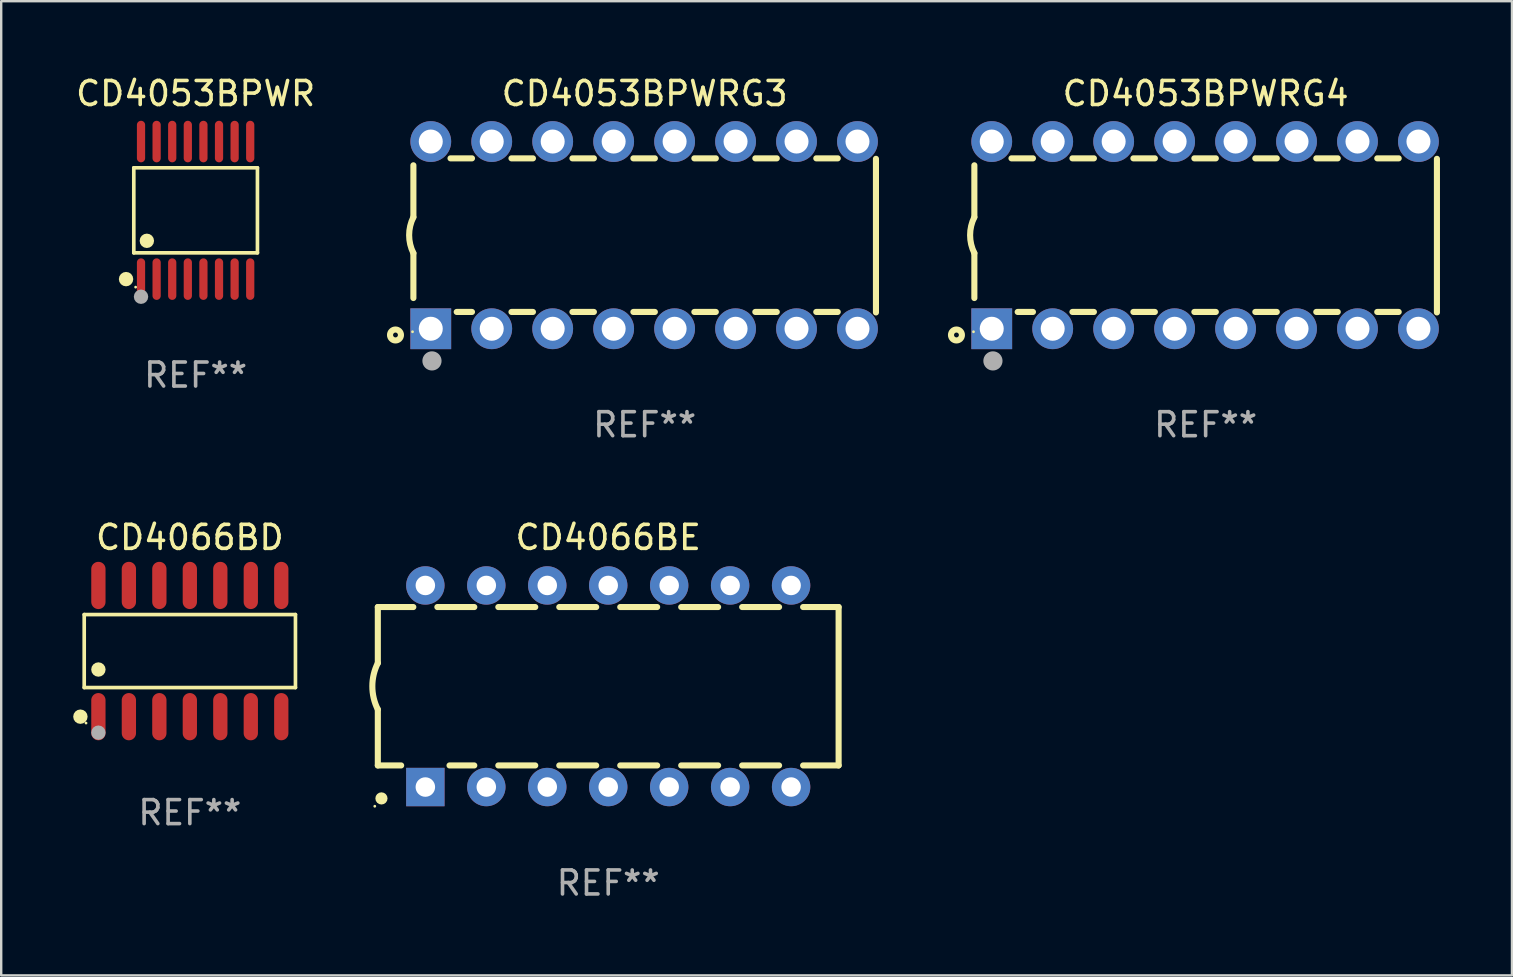
<source format=kicad_pcb>
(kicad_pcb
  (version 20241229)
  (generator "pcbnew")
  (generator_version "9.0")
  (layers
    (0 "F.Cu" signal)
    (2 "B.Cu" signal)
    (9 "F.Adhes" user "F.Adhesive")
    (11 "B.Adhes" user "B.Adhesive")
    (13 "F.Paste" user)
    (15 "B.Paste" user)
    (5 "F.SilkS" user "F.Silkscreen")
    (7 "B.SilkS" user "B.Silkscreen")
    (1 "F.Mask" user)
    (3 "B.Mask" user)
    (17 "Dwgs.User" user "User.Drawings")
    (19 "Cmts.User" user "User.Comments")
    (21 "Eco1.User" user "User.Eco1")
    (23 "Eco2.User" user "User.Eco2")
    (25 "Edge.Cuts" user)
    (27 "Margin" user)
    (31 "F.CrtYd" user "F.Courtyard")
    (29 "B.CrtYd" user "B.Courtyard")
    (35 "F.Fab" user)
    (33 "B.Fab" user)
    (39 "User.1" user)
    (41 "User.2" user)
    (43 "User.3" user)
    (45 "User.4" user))
  (footprint "CD4066BD"
    (layer "F.Cu")
    (at 4.86 24.078)
    (property "Reference" "CD4066BD" (at 0 -4.734 0) (layer "F.SilkS") (effects (font (size 1 1) (thickness 0.15))))
    (attr through_hole)
    (fp_line (start -4.401 -1.521) (end 4.401 -1.521) (stroke (width 0.152) (type solid)) (layer "F.SilkS"))
    (fp_line (start -4.401 1.521) (end -4.401 -1.521) (stroke (width 0.152) (type solid)) (layer "F.SilkS"))
    (fp_line (start 4.401 -1.521) (end 4.401 1.521) (stroke (width 0.152) (type solid)) (layer "F.SilkS"))
    (fp_line (start 4.401 1.521) (end -4.401 1.521) (stroke (width 0.152) (type solid)) (layer "F.SilkS"))
    (fp_circle (center -4.56 2.734) (end -4.41 2.734) (stroke (width 0.3) (type solid)) (fill no) (layer "F.SilkS"))
    (fp_circle (center -4.325 3) (end -4.295 3) (stroke (width 0.06) (type solid)) (fill no) (layer "F.SilkS"))
    (fp_circle (center -3.81 0.769) (end -3.66 0.769) (stroke (width 0.3) (type solid)) (fill no) (layer "F.SilkS"))
    (fp_circle (center -3.81 3.4) (end -3.66 3.4) (stroke (width 0.3) (type solid)) (fill no) (layer "F.Fab"))
    (fp_text user "REF**" (at 0 6.734 0) (layer "F.Fab") (effects (font (size 1 1) (thickness 0.15))))
    (pad "1" smd oval (at -3.81 2.734) (size 0.595 1.968) (layers "F.Cu" "F.Mask" "F.Paste"))
    (pad "2" smd oval (at -2.54 2.734) (size 0.595 1.968) (layers "F.Cu" "F.Mask" "F.Paste"))
    (pad "3" smd oval (at -1.27 2.734) (size 0.595 1.968) (layers "F.Cu" "F.Mask" "F.Paste"))
    (pad "4" smd oval (at 0 2.734) (size 0.595 1.968) (layers "F.Cu" "F.Mask" "F.Paste"))
    (pad "5" smd oval (at 1.27 2.734) (size 0.595 1.968) (layers "F.Cu" "F.Mask" "F.Paste"))
    (pad "6" smd oval (at 2.54 2.734) (size 0.595 1.968) (layers "F.Cu" "F.Mask" "F.Paste"))
    (pad "7" smd oval (at 3.81 2.734) (size 0.595 1.968) (layers "F.Cu" "F.Mask" "F.Paste"))
    (pad "8" smd oval (at 3.81 -2.734) (size 0.595 1.968) (layers "F.Cu" "F.Mask" "F.Paste"))
    (pad "9" smd oval (at 2.54 -2.734) (size 0.595 1.968) (layers "F.Cu" "F.Mask" "F.Paste"))
    (pad "10" smd oval (at 1.27 -2.734) (size 0.595 1.968) (layers "F.Cu" "F.Mask" "F.Paste"))
    (pad "11" smd oval (at 0 -2.734) (size 0.595 1.968) (layers "F.Cu" "F.Mask" "F.Paste"))
    (pad "12" smd oval (at -1.27 -2.734) (size 0.595 1.968) (layers "F.Cu" "F.Mask" "F.Paste"))
    (pad "13" smd oval (at -2.54 -2.734) (size 0.595 1.968) (layers "F.Cu" "F.Mask" "F.Paste"))
    (pad "14" smd oval (at -3.81 -2.734) (size 0.595 1.968) (layers "F.Cu" "F.Mask" "F.Paste")))
  (footprint "CD4053BPWRG4"
    (layer "F.Cu")
    (at 47.186 6.748)
    (property "Reference" "CD4053BPWRG4" (at 0 -5.9 0) (layer "F.SilkS") (effects (font (size 1 1) (thickness 0.15))))
    (attr through_hole)
    (fp_line (start -9.637 -0.749) (end -9.637 -2.91) (stroke (width 0.254) (type solid)) (layer "F.SilkS"))
    (fp_line (start -9.637 0.749) (end -9.637 2.62) (stroke (width 0.254) (type solid)) (layer "F.SilkS"))
    (fp_line (start -8.09 -3.2) (end -7.196 -3.2) (stroke (width 0.254) (type solid)) (layer "F.SilkS"))
    (fp_line (start -7.832 3.2) (end -7.196 3.2) (stroke (width 0.254) (type solid)) (layer "F.SilkS"))
    (fp_line (start -5.55 3.2) (end -4.656 3.2) (stroke (width 0.254) (type solid)) (layer "F.SilkS"))
    (fp_line (start -5.55 -3.2) (end -4.656 -3.2) (stroke (width 0.254) (type solid)) (layer "F.SilkS"))
    (fp_line (start -3.01 3.2) (end -2.116 3.2) (stroke (width 0.254) (type solid)) (layer "F.SilkS"))
    (fp_line (start -3.01 -3.2) (end -2.116 -3.2) (stroke (width 0.254) (type solid)) (layer "F.SilkS"))
    (fp_line (start -0.47 3.2) (end 0.424 3.2) (stroke (width 0.254) (type solid)) (layer "F.SilkS"))
    (fp_line (start -0.47 -3.2) (end 0.424 -3.2) (stroke (width 0.254) (type solid)) (layer "F.SilkS"))
    (fp_line (start 2.07 3.2) (end 2.964 3.2) (stroke (width 0.254) (type solid)) (layer "F.SilkS"))
    (fp_line (start 2.07 -3.2) (end 2.964 -3.2) (stroke (width 0.254) (type solid)) (layer "F.SilkS"))
    (fp_line (start 4.61 3.2) (end 5.504 3.2) (stroke (width 0.254) (type solid)) (layer "F.SilkS"))
    (fp_line (start 4.611 -3.2) (end 5.504 -3.2) (stroke (width 0.254) (type solid)) (layer "F.SilkS"))
    (fp_line (start 7.15 3.2) (end 8.044 3.2) (stroke (width 0.254) (type solid)) (layer "F.SilkS"))
    (fp_line (start 7.151 -3.2) (end 8.044 -3.2) (stroke (width 0.254) (type solid)) (layer "F.SilkS"))
    (fp_line (start 9.637 -3.18) (end 9.637 3.22) (stroke (width 0.254) (type solid)) (layer "F.SilkS"))
    (fp_arc (start -9.637326 0.749403) (mid -9.814244 0.000003) (end -9.637351 -0.749403) (stroke (width 0.254001) (type solid)) (layer "F.SilkS"))
    (fp_circle (center -10.383 4.16) (end -10.282 4.16) (stroke (width 0.254) (type solid)) (fill no) (layer "F.SilkS"))
    (fp_circle (center -9.673 4.025) (end -9.643 4.025) (stroke (width 0.06) (type solid)) (fill no) (layer "F.SilkS"))
    (fp_circle (center -8.863 5.24) (end -8.663 5.24) (stroke (width 0.4) (type solid)) (fill no) (layer "F.Fab"))
    (fp_text user "REF**" (at 0 7.9 0) (layer "F.Fab") (effects (font (size 1 1) (thickness 0.15))))
    (pad "1" thru_hole rect (at -8.913 3.9) (size 1.7 1.7) (drill 1) (layers "*.Cu" "*.Mask"))
    (pad "2" thru_hole circle (at -6.373 3.9) (size 1.7 1.7) (drill 1) (layers "*.Cu" "*.Mask"))
    (pad "3" thru_hole circle (at -3.833 3.9) (size 1.7 1.7) (drill 1) (layers "*.Cu" "*.Mask"))
    (pad "4" thru_hole circle (at -1.293 3.9) (size 1.7 1.7) (drill 1) (layers "*.Cu" "*.Mask"))
    (pad "5" thru_hole circle (at 1.247 3.9) (size 1.7 1.7) (drill 1) (layers "*.Cu" "*.Mask"))
    (pad "6" thru_hole circle (at 3.787 3.9) (size 1.7 1.7) (drill 1) (layers "*.Cu" "*.Mask"))
    (pad "7" thru_hole circle (at 6.327 3.9) (size 1.7 1.7) (drill 1) (layers "*.Cu" "*.Mask"))
    (pad "8" thru_hole circle (at 8.867 3.9) (size 1.7 1.7) (drill 1) (layers "*.Cu" "*.Mask"))
    (pad "9" thru_hole circle (at 8.867 -3.9) (size 1.7 1.7) (drill 1) (layers "*.Cu" "*.Mask"))
    (pad "10" thru_hole circle (at 6.327 -3.9) (size 1.7 1.7) (drill 1) (layers "*.Cu" "*.Mask"))
    (pad "11" thru_hole circle (at 3.787 -3.9) (size 1.7 1.7) (drill 1) (layers "*.Cu" "*.Mask"))
    (pad "12" thru_hole circle (at 1.247 -3.9) (size 1.7 1.7) (drill 1) (layers "*.Cu" "*.Mask"))
    (pad "13" thru_hole circle (at -1.293 -3.9) (size 1.7 1.7) (drill 1) (layers "*.Cu" "*.Mask"))
    (pad "14" thru_hole circle (at -3.833 -3.9) (size 1.7 1.7) (drill 1) (layers "*.Cu" "*.Mask"))
    (pad "15" thru_hole circle (at -6.373 -3.9) (size 1.7 1.7) (drill 1) (layers "*.Cu" "*.Mask"))
    (pad "16" thru_hole circle (at -8.913 -3.9) (size 1.7 1.7) (drill 1) (layers "*.Cu" "*.Mask")))
  (footprint "CD4053BPWRG3"
    (layer "F.Cu")
    (at 23.812 6.748)
    (property "Reference" "CD4053BPWRG3" (at 0 -5.9 0) (layer "F.SilkS") (effects (font (size 1 1) (thickness 0.15))))
    (attr through_hole)
    (fp_line (start -9.637 -0.749) (end -9.637 -2.91) (stroke (width 0.254) (type solid)) (layer "F.SilkS"))
    (fp_line (start -9.637 0.749) (end -9.637 2.62) (stroke (width 0.254) (type solid)) (layer "F.SilkS"))
    (fp_line (start -8.09 -3.2) (end -7.196 -3.2) (stroke (width 0.254) (type solid)) (layer "F.SilkS"))
    (fp_line (start -7.832 3.2) (end -7.196 3.2) (stroke (width 0.254) (type solid)) (layer "F.SilkS"))
    (fp_line (start -5.55 3.2) (end -4.656 3.2) (stroke (width 0.254) (type solid)) (layer "F.SilkS"))
    (fp_line (start -5.55 -3.2) (end -4.656 -3.2) (stroke (width 0.254) (type solid)) (layer "F.SilkS"))
    (fp_line (start -3.01 3.2) (end -2.116 3.2) (stroke (width 0.254) (type solid)) (layer "F.SilkS"))
    (fp_line (start -3.01 -3.2) (end -2.116 -3.2) (stroke (width 0.254) (type solid)) (layer "F.SilkS"))
    (fp_line (start -0.47 3.2) (end 0.424 3.2) (stroke (width 0.254) (type solid)) (layer "F.SilkS"))
    (fp_line (start -0.47 -3.2) (end 0.424 -3.2) (stroke (width 0.254) (type solid)) (layer "F.SilkS"))
    (fp_line (start 2.07 3.2) (end 2.964 3.2) (stroke (width 0.254) (type solid)) (layer "F.SilkS"))
    (fp_line (start 2.07 -3.2) (end 2.964 -3.2) (stroke (width 0.254) (type solid)) (layer "F.SilkS"))
    (fp_line (start 4.61 3.2) (end 5.504 3.2) (stroke (width 0.254) (type solid)) (layer "F.SilkS"))
    (fp_line (start 4.611 -3.2) (end 5.504 -3.2) (stroke (width 0.254) (type solid)) (layer "F.SilkS"))
    (fp_line (start 7.15 3.2) (end 8.044 3.2) (stroke (width 0.254) (type solid)) (layer "F.SilkS"))
    (fp_line (start 7.151 -3.2) (end 8.044 -3.2) (stroke (width 0.254) (type solid)) (layer "F.SilkS"))
    (fp_line (start 9.637 -3.18) (end 9.637 3.22) (stroke (width 0.254) (type solid)) (layer "F.SilkS"))
    (fp_arc (start -9.637326 0.749403) (mid -9.814244 0.000003) (end -9.637351 -0.749403) (stroke (width 0.254001) (type solid)) (layer "F.SilkS"))
    (fp_circle (center -10.383 4.16) (end -10.282 4.16) (stroke (width 0.254) (type solid)) (fill no) (layer "F.SilkS"))
    (fp_circle (center -9.673 4.025) (end -9.643 4.025) (stroke (width 0.06) (type solid)) (fill no) (layer "F.SilkS"))
    (fp_circle (center -8.863 5.24) (end -8.663 5.24) (stroke (width 0.4) (type solid)) (fill no) (layer "F.Fab"))
    (fp_text user "REF**" (at 0 7.9 0) (layer "F.Fab") (effects (font (size 1 1) (thickness 0.15))))
    (pad "1" thru_hole rect (at -8.913 3.9) (size 1.7 1.7) (drill 1) (layers "*.Cu" "*.Mask"))
    (pad "2" thru_hole circle (at -6.373 3.9) (size 1.7 1.7) (drill 1) (layers "*.Cu" "*.Mask"))
    (pad "3" thru_hole circle (at -3.833 3.9) (size 1.7 1.7) (drill 1) (layers "*.Cu" "*.Mask"))
    (pad "4" thru_hole circle (at -1.293 3.9) (size 1.7 1.7) (drill 1) (layers "*.Cu" "*.Mask"))
    (pad "5" thru_hole circle (at 1.247 3.9) (size 1.7 1.7) (drill 1) (layers "*.Cu" "*.Mask"))
    (pad "6" thru_hole circle (at 3.787 3.9) (size 1.7 1.7) (drill 1) (layers "*.Cu" "*.Mask"))
    (pad "7" thru_hole circle (at 6.327 3.9) (size 1.7 1.7) (drill 1) (layers "*.Cu" "*.Mask"))
    (pad "8" thru_hole circle (at 8.867 3.9) (size 1.7 1.7) (drill 1) (layers "*.Cu" "*.Mask"))
    (pad "9" thru_hole circle (at 8.867 -3.9) (size 1.7 1.7) (drill 1) (layers "*.Cu" "*.Mask"))
    (pad "10" thru_hole circle (at 6.327 -3.9) (size 1.7 1.7) (drill 1) (layers "*.Cu" "*.Mask"))
    (pad "11" thru_hole circle (at 3.787 -3.9) (size 1.7 1.7) (drill 1) (layers "*.Cu" "*.Mask"))
    (pad "12" thru_hole circle (at 1.247 -3.9) (size 1.7 1.7) (drill 1) (layers "*.Cu" "*.Mask"))
    (pad "13" thru_hole circle (at -1.293 -3.9) (size 1.7 1.7) (drill 1) (layers "*.Cu" "*.Mask"))
    (pad "14" thru_hole circle (at -3.833 -3.9) (size 1.7 1.7) (drill 1) (layers "*.Cu" "*.Mask"))
    (pad "15" thru_hole circle (at -6.373 -3.9) (size 1.7 1.7) (drill 1) (layers "*.Cu" "*.Mask"))
    (pad "16" thru_hole circle (at -8.913 -3.9) (size 1.7 1.7) (drill 1) (layers "*.Cu" "*.Mask")))
  (footprint "CD4053BPWR"
    (layer "F.Cu")
    (at 5.101 5.714)
    (property "Reference" "CD4053BPWR" (at 0 -4.866 0) (layer "F.SilkS") (effects (font (size 1 1) (thickness 0.15))))
    (attr through_hole)
    (fp_line (start -2.576 -1.772) (end 2.576 -1.772) (stroke (width 0.152) (type solid)) (layer "F.SilkS"))
    (fp_line (start -2.576 1.771) (end -2.576 -1.772) (stroke (width 0.152) (type solid)) (layer "F.SilkS"))
    (fp_line (start 2.576 -1.772) (end 2.576 1.771) (stroke (width 0.152) (type solid)) (layer "F.SilkS"))
    (fp_line (start 2.576 1.771) (end -2.576 1.771) (stroke (width 0.152) (type solid)) (layer "F.SilkS"))
    (fp_circle (center -2.899 2.866) (end -2.749 2.866) (stroke (width 0.3) (type solid)) (fill no) (layer "F.SilkS"))
    (fp_circle (center -2.5 3.2) (end -2.47 3.2) (stroke (width 0.06) (type solid)) (fill no) (layer "F.SilkS"))
    (fp_circle (center -2.032 1.27) (end -1.882 1.27) (stroke (width 0.3) (type solid)) (fill no) (layer "F.SilkS"))
    (fp_circle (center -2.275 3.6) (end -2.125 3.6) (stroke (width 0.3) (type solid)) (fill no) (layer "F.Fab"))
    (fp_text user "REF**" (at 0 6.866 0) (layer "F.Fab") (effects (font (size 1 1) (thickness 0.15))))
    (pad "1" smd oval (at -2.275 2.866) (size 0.343 1.731) (layers "F.Cu" "F.Mask" "F.Paste"))
    (pad "2" smd oval (at -1.625 2.866) (size 0.343 1.731) (layers "F.Cu" "F.Mask" "F.Paste"))
    (pad "3" smd oval (at -0.975 2.866) (size 0.343 1.731) (layers "F.Cu" "F.Mask" "F.Paste"))
    (pad "4" smd oval (at -0.325 2.866) (size 0.343 1.731) (layers "F.Cu" "F.Mask" "F.Paste"))
    (pad "5" smd oval (at 0.325 2.866) (size 0.343 1.731) (layers "F.Cu" "F.Mask" "F.Paste"))
    (pad "6" smd oval (at 0.975 2.866) (size 0.343 1.731) (layers "F.Cu" "F.Mask" "F.Paste"))
    (pad "7" smd oval (at 1.625 2.866) (size 0.343 1.731) (layers "F.Cu" "F.Mask" "F.Paste"))
    (pad "8" smd oval (at 2.275 2.866) (size 0.343 1.731) (layers "F.Cu" "F.Mask" "F.Paste"))
    (pad "9" smd oval (at 2.275 -2.866) (size 0.343 1.731) (layers "F.Cu" "F.Mask" "F.Paste"))
    (pad "10" smd oval (at 1.625 -2.866) (size 0.343 1.731) (layers "F.Cu" "F.Mask" "F.Paste"))
    (pad "11" smd oval (at 0.975 -2.866) (size 0.343 1.731) (layers "F.Cu" "F.Mask" "F.Paste"))
    (pad "12" smd oval (at 0.325 -2.866) (size 0.343 1.731) (layers "F.Cu" "F.Mask" "F.Paste"))
    (pad "13" smd oval (at -0.325 -2.866) (size 0.343 1.731) (layers "F.Cu" "F.Mask" "F.Paste"))
    (pad "14" smd oval (at -0.975 -2.866) (size 0.343 1.731) (layers "F.Cu" "F.Mask" "F.Paste"))
    (pad "15" smd oval (at -1.625 -2.866) (size 0.343 1.731) (layers "F.Cu" "F.Mask" "F.Paste"))
    (pad "16" smd oval (at -2.275 -2.866) (size 0.343 1.731) (layers "F.Cu" "F.Mask" "F.Paste")))
  (footprint "CD4066BE"
    (layer "F.Cu")
    (at 22.293 25.544)
    (property "Reference" "CD4066BE" (at 0 -6.2 0) (layer "F.SilkS") (effects (font (size 1 1) (thickness 0.15))))
    (attr through_hole)
    (fp_line (start -9.6 -3.3) (end -9.6 -0.965) (stroke (width 0.254) (type solid)) (layer "F.SilkS"))
    (fp_line (start -9.6 -3.3) (end -8.121 -3.3) (stroke (width 0.254) (type solid)) (layer "F.SilkS"))
    (fp_line (start -9.6 3.3) (end -9.6 0.965) (stroke (width 0.254) (type solid)) (layer "F.SilkS"))
    (fp_line (start -9.6 3.3) (end -8.628 3.3) (stroke (width 0.254) (type solid)) (layer "F.SilkS"))
    (fp_line (start -7.119 -3.3) (end -5.581 -3.3) (stroke (width 0.254) (type solid)) (layer "F.SilkS"))
    (fp_line (start -6.612 3.3) (end -5.581 3.3) (stroke (width 0.254) (type solid)) (layer "F.SilkS"))
    (fp_line (start -4.579 -3.3) (end -3.041 -3.3) (stroke (width 0.254) (type solid)) (layer "F.SilkS"))
    (fp_line (start -4.579 3.3) (end -3.041 3.3) (stroke (width 0.254) (type solid)) (layer "F.SilkS"))
    (fp_line (start -2.039 -3.3) (end -0.501 -3.3) (stroke (width 0.254) (type solid)) (layer "F.SilkS"))
    (fp_line (start -2.039 3.3) (end -0.501 3.3) (stroke (width 0.254) (type solid)) (layer "F.SilkS"))
    (fp_line (start 0.501 -3.3) (end 2.039 -3.3) (stroke (width 0.254) (type solid)) (layer "F.SilkS"))
    (fp_line (start 0.501 3.3) (end 2.039 3.3) (stroke (width 0.254) (type solid)) (layer "F.SilkS"))
    (fp_line (start 3.041 -3.3) (end 4.579 -3.3) (stroke (width 0.254) (type solid)) (layer "F.SilkS"))
    (fp_line (start 3.041 3.3) (end 4.579 3.3) (stroke (width 0.254) (type solid)) (layer "F.SilkS"))
    (fp_line (start 5.581 -3.3) (end 7.119 -3.3) (stroke (width 0.254) (type solid)) (layer "F.SilkS"))
    (fp_line (start 5.581 3.3) (end 7.119 3.3) (stroke (width 0.254) (type solid)) (layer "F.SilkS"))
    (fp_line (start 8.121 -3.3) (end 9.6 -3.3) (stroke (width 0.254) (type solid)) (layer "F.SilkS"))
    (fp_line (start 8.121 3.3) (end 9.6 3.3) (stroke (width 0.254) (type solid)) (layer "F.SilkS"))
    (fp_line (start 9.6 -3.3) (end 9.6 3.3) (stroke (width 0.254) (type solid)) (layer "F.SilkS"))
    (fp_arc (start -9.601219 0.965202) (mid -9.828641 -0.00004) (end -9.600025 -0.964999) (stroke (width 0.254001) (type solid)) (layer "F.SilkS"))
    (fp_circle (center -9.727 5) (end -9.697 5) (stroke (width 0.06) (type solid)) (fill no) (layer "F.SilkS"))
    (fp_circle (center -9.449 4.674) (end -9.322 4.674) (stroke (width 0.254) (type solid)) (fill no) (layer "F.SilkS"))
    (fp_text user "REF**" (at 0 8.2 0) (layer "F.Fab") (effects (font (size 1 1) (thickness 0.15))))
    (pad "1" thru_hole rect (at -7.62 4.2) (size 1.6 1.6) (drill 0.813) (layers "*.Cu" "*.Mask"))
    (pad "2" thru_hole circle (at -5.08 4.2) (size 1.6 1.6) (drill 0.813) (layers "*.Cu" "*.Mask"))
    (pad "3" thru_hole circle (at -2.54 4.2) (size 1.6 1.6) (drill 0.813) (layers "*.Cu" "*.Mask"))
    (pad "4" thru_hole circle (at 0 4.2) (size 1.6 1.6) (drill 0.813) (layers "*.Cu" "*.Mask"))
    (pad "5" thru_hole circle (at 2.54 4.2) (size 1.6 1.6) (drill 0.813) (layers "*.Cu" "*.Mask"))
    (pad "6" thru_hole circle (at 5.08 4.2) (size 1.6 1.6) (drill 0.813) (layers "*.Cu" "*.Mask"))
    (pad "7" thru_hole circle (at 7.62 4.2) (size 1.6 1.6) (drill 0.813) (layers "*.Cu" "*.Mask"))
    (pad "8" thru_hole circle (at 7.62 -4.2) (size 1.6 1.6) (drill 0.813) (layers "*.Cu" "*.Mask"))
    (pad "9" thru_hole circle (at 5.08 -4.2) (size 1.6 1.6) (drill 0.813) (layers "*.Cu" "*.Mask"))
    (pad "10" thru_hole circle (at 2.54 -4.2) (size 1.6 1.6) (drill 0.813) (layers "*.Cu" "*.Mask"))
    (pad "11" thru_hole circle (at 0 -4.2) (size 1.6 1.6) (drill 0.813) (layers "*.Cu" "*.Mask"))
    (pad "12" thru_hole circle (at -2.54 -4.2) (size 1.6 1.6) (drill 0.813) (layers "*.Cu" "*.Mask"))
    (pad "13" thru_hole circle (at -5.08 -4.2) (size 1.6 1.6) (drill 0.813) (layers "*.Cu" "*.Mask"))
    (pad "14" thru_hole circle (at -7.62 -4.2) (size 1.6 1.6) (drill 0.813) (layers "*.Cu" "*.Mask")))
  (gr_rect
    (start -3 -3)
    (end 59.95 37.593)
    (stroke (width 0.1) (type default))
    (fill no)
    (layer "Edge.Cuts")))
</source>
